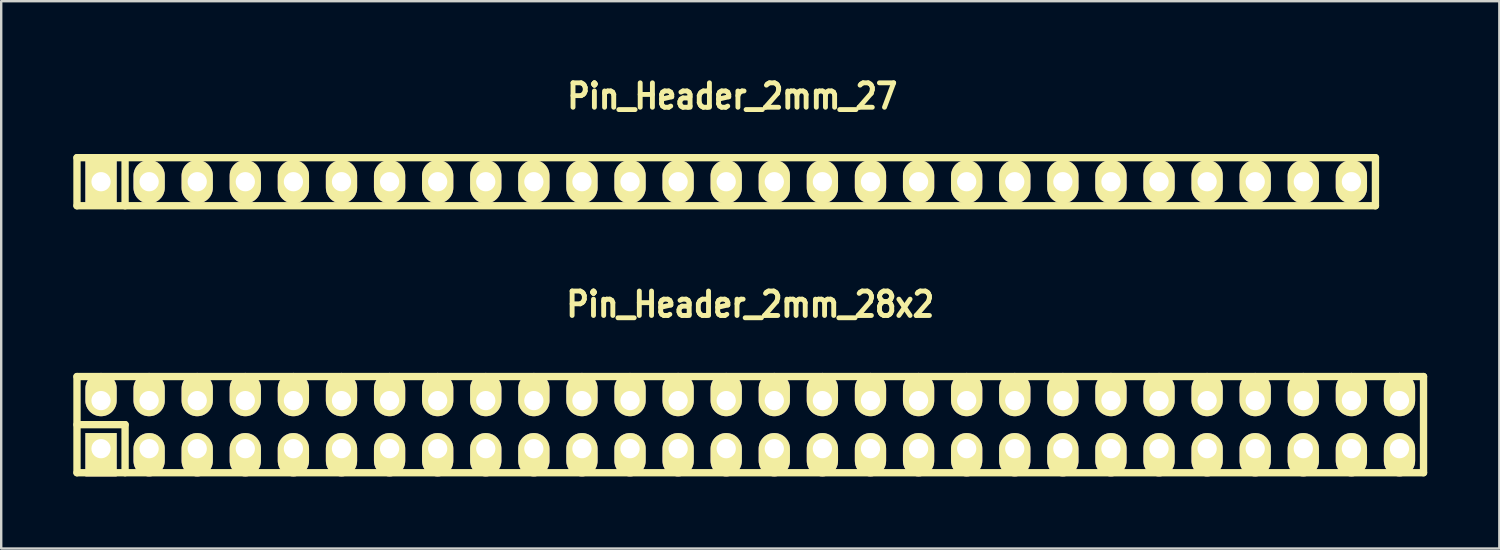
<source format=kicad_pcb>
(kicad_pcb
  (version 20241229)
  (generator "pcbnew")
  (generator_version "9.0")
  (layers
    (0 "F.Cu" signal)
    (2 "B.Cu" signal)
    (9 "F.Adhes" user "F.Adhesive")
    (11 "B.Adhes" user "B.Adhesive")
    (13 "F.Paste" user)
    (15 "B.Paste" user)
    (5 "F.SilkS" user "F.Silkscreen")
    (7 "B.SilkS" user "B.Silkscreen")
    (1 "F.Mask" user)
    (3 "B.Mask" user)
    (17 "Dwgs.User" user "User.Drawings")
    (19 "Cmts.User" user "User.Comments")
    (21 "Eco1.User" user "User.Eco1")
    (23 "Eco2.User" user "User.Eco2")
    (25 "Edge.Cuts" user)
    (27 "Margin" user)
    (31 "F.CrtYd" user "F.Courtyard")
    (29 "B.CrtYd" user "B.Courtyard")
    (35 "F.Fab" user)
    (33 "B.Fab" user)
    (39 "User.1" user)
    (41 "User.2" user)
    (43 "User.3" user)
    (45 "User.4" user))
  (footprint "Pin_Header_2mm_27"
    (layer "F.Cu")
    (at 27.152 4.507)
    (property "Reference" "Pin_Header_2mm_27" (at 0.254 -3.556 0) (layer "F.SilkS") (effects (font (size 1.016 0.889) (thickness 0.203))))
    (attr through_hole)
    (fp_line (start -27 -1) (end 27 -1) (stroke (width 0.305) (type solid)) (layer "F.SilkS"))
    (fp_line (start -27 1) (end -27 -1) (stroke (width 0.305) (type solid)) (layer "F.SilkS"))
    (fp_line (start -25 -1) (end -25 1) (stroke (width 0.305) (type solid)) (layer "F.SilkS"))
    (fp_line (start 27 -1) (end 27 1) (stroke (width 0.305) (type solid)) (layer "F.SilkS"))
    (fp_line (start 27 1) (end -27 1) (stroke (width 0.305) (type solid)) (layer "F.SilkS"))
    (pad "1" thru_hole rect (at -26 0) (size 1.3 1.8) (drill 0.8) (layers "*.Cu" "*.Mask" "F.SilkS"))
    (pad "2" thru_hole oval (at -24 0) (size 1.3 1.8) (drill 0.8) (layers "*.Cu" "*.Mask" "F.SilkS"))
    (pad "3" thru_hole oval (at -22 0) (size 1.3 1.8) (drill 0.8) (layers "*.Cu" "*.Mask" "F.SilkS"))
    (pad "4" thru_hole oval (at -20 0) (size 1.3 1.8) (drill 0.8) (layers "*.Cu" "*.Mask" "F.SilkS"))
    (pad "5" thru_hole oval (at -18 0) (size 1.3 1.8) (drill 0.8) (layers "*.Cu" "*.Mask" "F.SilkS"))
    (pad "6" thru_hole oval (at -16 0) (size 1.3 1.8) (drill 0.8) (layers "*.Cu" "*.Mask" "F.SilkS"))
    (pad "7" thru_hole oval (at -14 0) (size 1.3 1.8) (drill 0.8) (layers "*.Cu" "*.Mask" "F.SilkS"))
    (pad "8" thru_hole oval (at -12 0) (size 1.3 1.8) (drill 0.8) (layers "*.Cu" "*.Mask" "F.SilkS"))
    (pad "9" thru_hole oval (at -10 0) (size 1.3 1.8) (drill 0.8) (layers "*.Cu" "*.Mask" "F.SilkS"))
    (pad "10" thru_hole oval (at -8 0) (size 1.3 1.8) (drill 0.8) (layers "*.Cu" "*.Mask" "F.SilkS"))
    (pad "11" thru_hole oval (at -6 0) (size 1.3 1.8) (drill 0.8) (layers "*.Cu" "*.Mask" "F.SilkS"))
    (pad "12" thru_hole oval (at -4 0) (size 1.3 1.8) (drill 0.8) (layers "*.Cu" "*.Mask" "F.SilkS"))
    (pad "13" thru_hole oval (at -2 0) (size 1.3 1.8) (drill 0.8) (layers "*.Cu" "*.Mask" "F.SilkS"))
    (pad "14" thru_hole oval (at 0 0) (size 1.3 1.8) (drill 0.8) (layers "*.Cu" "*.Mask" "F.SilkS"))
    (pad "15" thru_hole oval (at 2 0) (size 1.3 1.8) (drill 0.8) (layers "*.Cu" "*.Mask" "F.SilkS"))
    (pad "16" thru_hole oval (at 4 0) (size 1.3 1.8) (drill 0.8) (layers "*.Cu" "*.Mask" "F.SilkS"))
    (pad "17" thru_hole oval (at 6 0) (size 1.3 1.8) (drill 0.8) (layers "*.Cu" "*.Mask" "F.SilkS"))
    (pad "18" thru_hole oval (at 8 0) (size 1.3 1.8) (drill 0.8) (layers "*.Cu" "*.Mask" "F.SilkS"))
    (pad "19" thru_hole oval (at 10 0) (size 1.3 1.8) (drill 0.8) (layers "*.Cu" "*.Mask" "F.SilkS"))
    (pad "20" thru_hole oval (at 12 0) (size 1.3 1.8) (drill 0.8) (layers "*.Cu" "*.Mask" "F.SilkS"))
    (pad "21" thru_hole oval (at 14 0) (size 1.3 1.8) (drill 0.8) (layers "*.Cu" "*.Mask" "F.SilkS"))
    (pad "22" thru_hole oval (at 16 0) (size 1.3 1.8) (drill 0.8) (layers "*.Cu" "*.Mask" "F.SilkS"))
    (pad "23" thru_hole oval (at 18 0) (size 1.3 1.8) (drill 0.8) (layers "*.Cu" "*.Mask" "F.SilkS"))
    (pad "24" thru_hole oval (at 20 0) (size 1.3 1.8) (drill 0.8) (layers "*.Cu" "*.Mask" "F.SilkS"))
    (pad "25" thru_hole oval (at 22 0) (size 1.3 1.8) (drill 0.8) (layers "*.Cu" "*.Mask" "F.SilkS"))
    (pad "26" thru_hole oval (at 24 0) (size 1.3 1.8) (drill 0.8) (layers "*.Cu" "*.Mask" "F.SilkS"))
    (pad "27" thru_hole oval (at 26 0) (size 1.3 1.8) (drill 0.8) (layers "*.Cu" "*.Mask" "F.SilkS")))
  (footprint "Pin_Header_2mm_28x2"
    (layer "F.Cu")
    (at 28.152 14.61)
    (property "Reference" "Pin_Header_2mm_28x2" (at 0 -5 0) (layer "F.SilkS") (effects (font (size 1.016 0.889) (thickness 0.203))))
    (attr through_hole)
    (fp_line (start -28 -2) (end 28 -2) (stroke (width 0.305) (type solid)) (layer "F.SilkS"))
    (fp_line (start -28 0) (end -26 0) (stroke (width 0.305) (type solid)) (layer "F.SilkS"))
    (fp_line (start -28 2) (end -28 -2) (stroke (width 0.305) (type solid)) (layer "F.SilkS"))
    (fp_line (start -26 0) (end -26 2) (stroke (width 0.305) (type solid)) (layer "F.SilkS"))
    (fp_line (start 28 -2) (end 28 2) (stroke (width 0.305) (type solid)) (layer "F.SilkS"))
    (fp_line (start 28 2) (end -28 2) (stroke (width 0.305) (type solid)) (layer "F.SilkS"))
    (pad "1" thru_hole rect (at -27 1) (size 1.3 1.8) (drill 0.8 (offset 0 0.25)) (layers "*.Cu" "*.Mask" "F.SilkS"))
    (pad "2" thru_hole oval (at -27 -1) (size 1.3 1.8) (drill 0.8 (offset 0 -0.25)) (layers "*.Cu" "*.Mask" "F.SilkS"))
    (pad "3" thru_hole oval (at -25 1) (size 1.3 1.8) (drill 0.8 (offset 0 0.25)) (layers "*.Cu" "*.Mask" "F.SilkS"))
    (pad "4" thru_hole oval (at -25 -1) (size 1.3 1.8) (drill 0.8 (offset 0 -0.25)) (layers "*.Cu" "*.Mask" "F.SilkS"))
    (pad "5" thru_hole oval (at -23 1) (size 1.3 1.8) (drill 0.8 (offset 0 0.25)) (layers "*.Cu" "*.Mask" "F.SilkS"))
    (pad "6" thru_hole oval (at -23 -1) (size 1.3 1.8) (drill 0.8 (offset 0 -0.25)) (layers "*.Cu" "*.Mask" "F.SilkS"))
    (pad "7" thru_hole oval (at -21 1) (size 1.3 1.8) (drill 0.8 (offset 0 0.25)) (layers "*.Cu" "*.Mask" "F.SilkS"))
    (pad "8" thru_hole oval (at -21 -1) (size 1.3 1.8) (drill 0.8 (offset 0 -0.25)) (layers "*.Cu" "*.Mask" "F.SilkS"))
    (pad "9" thru_hole oval (at -19 1) (size 1.3 1.8) (drill 0.8 (offset 0 0.25)) (layers "*.Cu" "*.Mask" "F.SilkS"))
    (pad "10" thru_hole oval (at -19 -1) (size 1.3 1.8) (drill 0.8 (offset 0 -0.25)) (layers "*.Cu" "*.Mask" "F.SilkS"))
    (pad "11" thru_hole oval (at -17 1) (size 1.3 1.8) (drill 0.8 (offset 0 0.25)) (layers "*.Cu" "*.Mask" "F.SilkS"))
    (pad "12" thru_hole oval (at -17 -1) (size 1.3 1.8) (drill 0.8 (offset 0 -0.25)) (layers "*.Cu" "*.Mask" "F.SilkS"))
    (pad "13" thru_hole oval (at -15 1) (size 1.3 1.8) (drill 0.8 (offset 0 0.25)) (layers "*.Cu" "*.Mask" "F.SilkS"))
    (pad "14" thru_hole oval (at -15 -1) (size 1.3 1.8) (drill 0.8 (offset 0 -0.25)) (layers "*.Cu" "*.Mask" "F.SilkS"))
    (pad "15" thru_hole oval (at -13 1) (size 1.3 1.8) (drill 0.8 (offset 0 0.25)) (layers "*.Cu" "*.Mask" "F.SilkS"))
    (pad "16" thru_hole oval (at -13 -1) (size 1.3 1.8) (drill 0.8 (offset 0 -0.25)) (layers "*.Cu" "*.Mask" "F.SilkS"))
    (pad "17" thru_hole oval (at -11 1) (size 1.3 1.8) (drill 0.8 (offset 0 0.25)) (layers "*.Cu" "*.Mask" "F.SilkS"))
    (pad "18" thru_hole oval (at -11 -1) (size 1.3 1.8) (drill 0.8 (offset 0 -0.25)) (layers "*.Cu" "*.Mask" "F.SilkS"))
    (pad "19" thru_hole oval (at -9 1) (size 1.3 1.8) (drill 0.8 (offset 0 0.25)) (layers "*.Cu" "*.Mask" "F.SilkS"))
    (pad "20" thru_hole oval (at -9 -1) (size 1.3 1.8) (drill 0.8 (offset 0 -0.25)) (layers "*.Cu" "*.Mask" "F.SilkS"))
    (pad "21" thru_hole oval (at -7 1) (size 1.3 1.8) (drill 0.8 (offset 0 0.25)) (layers "*.Cu" "*.Mask" "F.SilkS"))
    (pad "22" thru_hole oval (at -7 -1) (size 1.3 1.8) (drill 0.8 (offset 0 -0.25)) (layers "*.Cu" "*.Mask" "F.SilkS"))
    (pad "23" thru_hole oval (at -5 1) (size 1.3 1.8) (drill 0.8 (offset 0 0.25)) (layers "*.Cu" "*.Mask" "F.SilkS"))
    (pad "24" thru_hole oval (at -5 -1) (size 1.3 1.8) (drill 0.8 (offset 0 -0.25)) (layers "*.Cu" "*.Mask" "F.SilkS"))
    (pad "25" thru_hole oval (at -3 1) (size 1.3 1.8) (drill 0.8 (offset 0 0.25)) (layers "*.Cu" "*.Mask" "F.SilkS"))
    (pad "26" thru_hole oval (at -3 -1) (size 1.3 1.8) (drill 0.8 (offset 0 -0.25)) (layers "*.Cu" "*.Mask" "F.SilkS"))
    (pad "27" thru_hole oval (at -1 1) (size 1.3 1.8) (drill 0.8 (offset 0 0.25)) (layers "*.Cu" "*.Mask" "F.SilkS"))
    (pad "28" thru_hole oval (at -1 -1) (size 1.3 1.8) (drill 0.8 (offset 0 -0.25)) (layers "*.Cu" "*.Mask" "F.SilkS"))
    (pad "29" thru_hole oval (at 1 1) (size 1.3 1.8) (drill 0.8 (offset 0 0.25)) (layers "*.Cu" "*.Mask" "F.SilkS"))
    (pad "30" thru_hole oval (at 1 -1) (size 1.3 1.8) (drill 0.8 (offset 0 -0.25)) (layers "*.Cu" "*.Mask" "F.SilkS"))
    (pad "31" thru_hole oval (at 3 1) (size 1.3 1.8) (drill 0.8 (offset 0 0.25)) (layers "*.Cu" "*.Mask" "F.SilkS"))
    (pad "32" thru_hole oval (at 3 -1) (size 1.3 1.8) (drill 0.8 (offset 0 -0.25)) (layers "*.Cu" "*.Mask" "F.SilkS"))
    (pad "33" thru_hole oval (at 5 1) (size 1.3 1.8) (drill 0.8 (offset 0 0.25)) (layers "*.Cu" "*.Mask" "F.SilkS"))
    (pad "34" thru_hole oval (at 5 -1) (size 1.3 1.8) (drill 0.8 (offset 0 -0.25)) (layers "*.Cu" "*.Mask" "F.SilkS"))
    (pad "35" thru_hole oval (at 7 1) (size 1.3 1.8) (drill 0.8 (offset 0 0.25)) (layers "*.Cu" "*.Mask" "F.SilkS"))
    (pad "36" thru_hole oval (at 7 -1) (size 1.3 1.8) (drill 0.8 (offset 0 -0.25)) (layers "*.Cu" "*.Mask" "F.SilkS"))
    (pad "37" thru_hole oval (at 9 1) (size 1.3 1.8) (drill 0.8 (offset 0 0.25)) (layers "*.Cu" "*.Mask" "F.SilkS"))
    (pad "38" thru_hole oval (at 9 -1) (size 1.3 1.8) (drill 0.8 (offset 0 -0.25)) (layers "*.Cu" "*.Mask" "F.SilkS"))
    (pad "39" thru_hole oval (at 11 1) (size 1.3 1.8) (drill 0.8 (offset 0 0.25)) (layers "*.Cu" "*.Mask" "F.SilkS"))
    (pad "40" thru_hole oval (at 11 -1) (size 1.3 1.8) (drill 0.8 (offset 0 -0.25)) (layers "*.Cu" "*.Mask" "F.SilkS"))
    (pad "41" thru_hole oval (at 13 1) (size 1.3 1.8) (drill 0.8 (offset 0 0.25)) (layers "*.Cu" "*.Mask" "F.SilkS"))
    (pad "42" thru_hole oval (at 13 -1) (size 1.3 1.8) (drill 0.8 (offset 0 -0.25)) (layers "*.Cu" "*.Mask" "F.SilkS"))
    (pad "43" thru_hole oval (at 15 1) (size 1.3 1.8) (drill 0.8 (offset 0 0.25)) (layers "*.Cu" "*.Mask" "F.SilkS"))
    (pad "44" thru_hole oval (at 15 -1) (size 1.3 1.8) (drill 0.8 (offset 0 -0.25)) (layers "*.Cu" "*.Mask" "F.SilkS"))
    (pad "45" thru_hole oval (at 17 1) (size 1.3 1.8) (drill 0.8 (offset 0 0.25)) (layers "*.Cu" "*.Mask" "F.SilkS"))
    (pad "46" thru_hole oval (at 17 -1) (size 1.3 1.8) (drill 0.8 (offset 0 -0.25)) (layers "*.Cu" "*.Mask" "F.SilkS"))
    (pad "47" thru_hole oval (at 19 1) (size 1.3 1.8) (drill 0.8 (offset 0 0.25)) (layers "*.Cu" "*.Mask" "F.SilkS"))
    (pad "48" thru_hole oval (at 19 -1) (size 1.3 1.8) (drill 0.8 (offset 0 -0.25)) (layers "*.Cu" "*.Mask" "F.SilkS"))
    (pad "49" thru_hole oval (at 21 1) (size 1.3 1.8) (drill 0.8 (offset 0 0.25)) (layers "*.Cu" "*.Mask" "F.SilkS"))
    (pad "50" thru_hole oval (at 21 -1) (size 1.3 1.8) (drill 0.8 (offset 0 -0.25)) (layers "*.Cu" "*.Mask" "F.SilkS"))
    (pad "51" thru_hole oval (at 23 1) (size 1.3 1.8) (drill 0.8 (offset 0 0.25)) (layers "*.Cu" "*.Mask" "F.SilkS"))
    (pad "52" thru_hole oval (at 23 -1) (size 1.3 1.8) (drill 0.8 (offset 0 -0.25)) (layers "*.Cu" "*.Mask" "F.SilkS"))
    (pad "53" thru_hole oval (at 25 1) (size 1.3 1.8) (drill 0.8 (offset 0 0.25)) (layers "*.Cu" "*.Mask" "F.SilkS"))
    (pad "54" thru_hole oval (at 25 -1) (size 1.3 1.8) (drill 0.8 (offset 0 -0.25)) (layers "*.Cu" "*.Mask" "F.SilkS"))
    (pad "55" thru_hole oval (at 27 1) (size 1.3 1.8) (drill 0.8 (offset 0 0.25)) (layers "*.Cu" "*.Mask" "F.SilkS"))
    (pad "56" thru_hole oval (at 27 -1) (size 1.3 1.8) (drill 0.8 (offset 0 -0.25)) (layers "*.Cu" "*.Mask" "F.SilkS")))
  (gr_rect
    (start -3 -3)
    (end 59.305 19.763)
    (stroke (width 0.1) (type default))
    (fill no)
    (layer "Edge.Cuts")))
</source>
